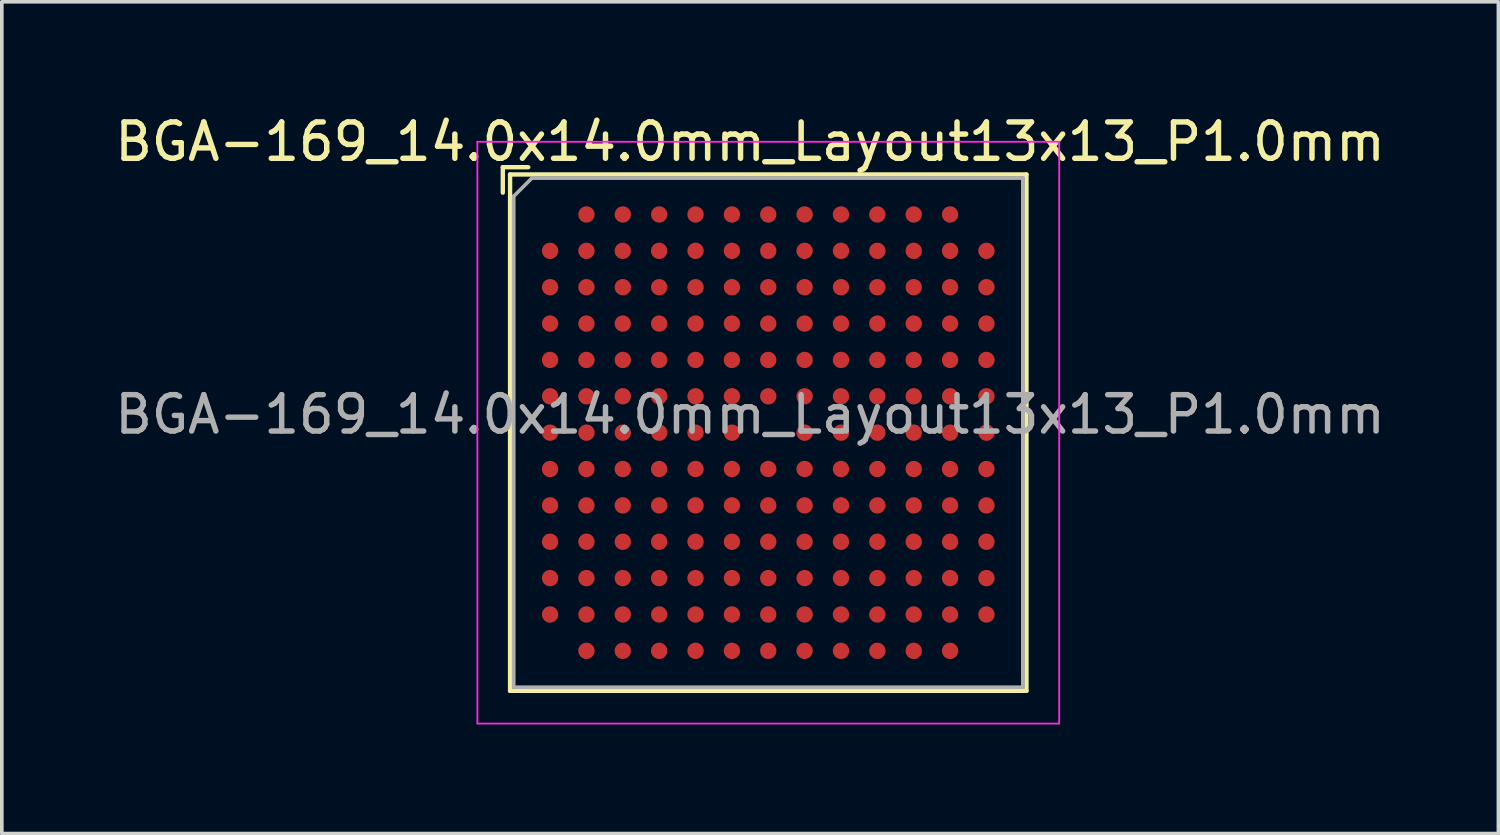
<source format=kicad_pcb>
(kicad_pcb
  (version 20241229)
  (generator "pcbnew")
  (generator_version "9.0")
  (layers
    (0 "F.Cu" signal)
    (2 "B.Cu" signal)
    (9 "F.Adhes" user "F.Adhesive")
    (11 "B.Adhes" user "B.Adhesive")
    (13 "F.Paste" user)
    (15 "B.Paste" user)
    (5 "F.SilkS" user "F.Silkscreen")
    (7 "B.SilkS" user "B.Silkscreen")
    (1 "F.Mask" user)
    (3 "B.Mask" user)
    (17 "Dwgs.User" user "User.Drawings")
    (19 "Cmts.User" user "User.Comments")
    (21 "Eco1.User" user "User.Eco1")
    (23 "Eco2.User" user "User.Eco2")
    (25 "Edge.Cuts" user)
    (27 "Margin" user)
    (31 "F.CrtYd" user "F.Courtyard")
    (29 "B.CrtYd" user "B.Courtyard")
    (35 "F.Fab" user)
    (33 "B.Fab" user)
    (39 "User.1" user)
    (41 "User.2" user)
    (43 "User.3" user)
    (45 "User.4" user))
  (footprint "BGA-169_14.0x14.0mm_Layout13x13_P1.0mm"
    (layer "F.Cu")
    (at 17.577 8.348)
    (property "Reference" "BGA-169_14.0x14.0mm_Layout13x13_P1.0mm" (at 0 -7.5 0) (layer "F.SilkS") (effects (font (size 1 1) (thickness 0.15))))
    (attr smd)
    (fp_line (start -6.8 -6.8) (end -6.1 -6.8) (stroke (width 0.12) (type solid)) (layer "F.SilkS"))
    (fp_line (start -6.8 -6.1) (end -6.8 -6.8) (stroke (width 0.12) (type solid)) (layer "F.SilkS"))
    (fp_line (start -6.6 -6.6) (end 7.6 -6.6) (stroke (width 0.12) (type solid)) (layer "F.SilkS"))
    (fp_line (start -6.6 7.6) (end -6.6 -6.6) (stroke (width 0.12) (type solid)) (layer "F.SilkS"))
    (fp_line (start 7.6 -6.6) (end 7.6 7.6) (stroke (width 0.12) (type solid)) (layer "F.SilkS"))
    (fp_line (start 7.6 7.6) (end -6.6 7.6) (stroke (width 0.12) (type solid)) (layer "F.SilkS"))
    (fp_line (start -7.5 -7.5) (end -7.5 8.5) (stroke (width 0.05) (type solid)) (layer "F.CrtYd"))
    (fp_line (start -7.5 -7.5) (end 8.5 -7.5) (stroke (width 0.05) (type solid)) (layer "F.CrtYd"))
    (fp_line (start 8.5 8.5) (end -7.5 8.5) (stroke (width 0.05) (type solid)) (layer "F.CrtYd"))
    (fp_line (start 8.5 8.5) (end 8.5 -7.5) (stroke (width 0.05) (type solid)) (layer "F.CrtYd"))
    (fp_line (start -6.5 -6) (end -6 -6.5) (stroke (width 0.1) (type solid)) (layer "F.Fab"))
    (fp_line (start -6.5 7.5) (end -6.5 -6) (stroke (width 0.1) (type solid)) (layer "F.Fab"))
    (fp_line (start -6 -6.5) (end 7.5 -6.5) (stroke (width 0.1) (type solid)) (layer "F.Fab"))
    (fp_line (start 7.5 -6.5) (end 7.5 7.5) (stroke (width 0.1) (type solid)) (layer "F.Fab"))
    (fp_line (start 7.5 7.5) (end -6.5 7.5) (stroke (width 0.1) (type solid)) (layer "F.Fab"))
    (fp_text user "${REFERENCE}" (at 0 0 0) (layer "F.Fab") (effects (font (size 1 1) (thickness 0.15))))
    (pad "A2" smd circle (at -4.5 -5.5) (size 0.45 0.45) (property pad_prop_bga) (layers "F.Cu" "F.Mask"))
    (pad "A3" smd circle (at -3.5 -5.5) (size 0.45 0.45) (property pad_prop_bga) (layers "F.Cu" "F.Mask"))
    (pad "A4" smd circle (at -2.5 -5.5) (size 0.45 0.45) (property pad_prop_bga) (layers "F.Cu" "F.Mask"))
    (pad "A5" smd circle (at -1.5 -5.5) (size 0.45 0.45) (property pad_prop_bga) (layers "F.Cu" "F.Mask"))
    (pad "A6" smd circle (at -0.5 -5.5) (size 0.45 0.45) (property pad_prop_bga) (layers "F.Cu" "F.Mask"))
    (pad "A7" smd circle (at 0.5 -5.5) (size 0.45 0.45) (property pad_prop_bga) (layers "F.Cu" "F.Mask"))
    (pad "A8" smd circle (at 1.5 -5.5) (size 0.45 0.45) (property pad_prop_bga) (layers "F.Cu" "F.Mask"))
    (pad "A9" smd circle (at 2.5 -5.5) (size 0.45 0.45) (property pad_prop_bga) (layers "F.Cu" "F.Mask"))
    (pad "A10" smd circle (at 3.5 -5.5) (size 0.45 0.45) (property pad_prop_bga) (layers "F.Cu" "F.Mask"))
    (pad "A11" smd circle (at 4.5 -5.5) (size 0.45 0.45) (property pad_prop_bga) (layers "F.Cu" "F.Mask"))
    (pad "A12" smd circle (at 5.5 -5.5) (size 0.45 0.45) (property pad_prop_bga) (layers "F.Cu" "F.Mask"))
    (pad "B1" smd circle (at -5.5 -4.5) (size 0.45 0.45) (property pad_prop_bga) (layers "F.Cu" "F.Mask"))
    (pad "B2" smd circle (at -4.5 -4.5) (size 0.45 0.45) (property pad_prop_bga) (layers "F.Cu" "F.Mask"))
    (pad "B3" smd circle (at -3.5 -4.5) (size 0.45 0.45) (property pad_prop_bga) (layers "F.Cu" "F.Mask"))
    (pad "B4" smd circle (at -2.5 -4.5) (size 0.45 0.45) (property pad_prop_bga) (layers "F.Cu" "F.Mask"))
    (pad "B5" smd circle (at -1.5 -4.5) (size 0.45 0.45) (property pad_prop_bga) (layers "F.Cu" "F.Mask"))
    (pad "B6" smd circle (at -0.5 -4.5) (size 0.45 0.45) (property pad_prop_bga) (layers "F.Cu" "F.Mask"))
    (pad "B7" smd circle (at 0.5 -4.5) (size 0.45 0.45) (property pad_prop_bga) (layers "F.Cu" "F.Mask"))
    (pad "B8" smd circle (at 1.5 -4.5) (size 0.45 0.45) (property pad_prop_bga) (layers "F.Cu" "F.Mask"))
    (pad "B9" smd circle (at 2.5 -4.5) (size 0.45 0.45) (property pad_prop_bga) (layers "F.Cu" "F.Mask"))
    (pad "B10" smd circle (at 3.5 -4.5) (size 0.45 0.45) (property pad_prop_bga) (layers "F.Cu" "F.Mask"))
    (pad "B11" smd circle (at 4.5 -4.5) (size 0.45 0.45) (property pad_prop_bga) (layers "F.Cu" "F.Mask"))
    (pad "B12" smd circle (at 5.5 -4.5) (size 0.45 0.45) (property pad_prop_bga) (layers "F.Cu" "F.Mask"))
    (pad "B13" smd circle (at 6.5 -4.5) (size 0.45 0.45) (property pad_prop_bga) (layers "F.Cu" "F.Mask"))
    (pad "C1" smd circle (at -5.5 -3.5) (size 0.45 0.45) (property pad_prop_bga) (layers "F.Cu" "F.Mask"))
    (pad "C2" smd circle (at -4.5 -3.5) (size 0.45 0.45) (property pad_prop_bga) (layers "F.Cu" "F.Mask"))
    (pad "C3" smd circle (at -3.5 -3.5) (size 0.45 0.45) (property pad_prop_bga) (layers "F.Cu" "F.Mask"))
    (pad "C4" smd circle (at -2.5 -3.5) (size 0.45 0.45) (property pad_prop_bga) (layers "F.Cu" "F.Mask"))
    (pad "C5" smd circle (at -1.5 -3.5) (size 0.45 0.45) (property pad_prop_bga) (layers "F.Cu" "F.Mask"))
    (pad "C6" smd circle (at -0.5 -3.5) (size 0.45 0.45) (property pad_prop_bga) (layers "F.Cu" "F.Mask"))
    (pad "C7" smd circle (at 0.5 -3.5) (size 0.45 0.45) (property pad_prop_bga) (layers "F.Cu" "F.Mask"))
    (pad "C8" smd circle (at 1.5 -3.5) (size 0.45 0.45) (property pad_prop_bga) (layers "F.Cu" "F.Mask"))
    (pad "C9" smd circle (at 2.5 -3.5) (size 0.45 0.45) (property pad_prop_bga) (layers "F.Cu" "F.Mask"))
    (pad "C10" smd circle (at 3.5 -3.5) (size 0.45 0.45) (property pad_prop_bga) (layers "F.Cu" "F.Mask"))
    (pad "C11" smd circle (at 4.5 -3.5) (size 0.45 0.45) (property pad_prop_bga) (layers "F.Cu" "F.Mask"))
    (pad "C12" smd circle (at 5.5 -3.5) (size 0.45 0.45) (property pad_prop_bga) (layers "F.Cu" "F.Mask"))
    (pad "C13" smd circle (at 6.5 -3.5) (size 0.45 0.45) (property pad_prop_bga) (layers "F.Cu" "F.Mask"))
    (pad "D1" smd circle (at -5.5 -2.5) (size 0.45 0.45) (property pad_prop_bga) (layers "F.Cu" "F.Mask"))
    (pad "D2" smd circle (at -4.5 -2.5) (size 0.45 0.45) (property pad_prop_bga) (layers "F.Cu" "F.Mask"))
    (pad "D3" smd circle (at -3.5 -2.5) (size 0.45 0.45) (property pad_prop_bga) (layers "F.Cu" "F.Mask"))
    (pad "D4" smd circle (at -2.5 -2.5) (size 0.45 0.45) (property pad_prop_bga) (layers "F.Cu" "F.Mask"))
    (pad "D5" smd circle (at -1.5 -2.5) (size 0.45 0.45) (property pad_prop_bga) (layers "F.Cu" "F.Mask"))
    (pad "D6" smd circle (at -0.5 -2.5) (size 0.45 0.45) (property pad_prop_bga) (layers "F.Cu" "F.Mask"))
    (pad "D7" smd circle (at 0.5 -2.5) (size 0.45 0.45) (property pad_prop_bga) (layers "F.Cu" "F.Mask"))
    (pad "D8" smd circle (at 1.5 -2.5) (size 0.45 0.45) (property pad_prop_bga) (layers "F.Cu" "F.Mask"))
    (pad "D9" smd circle (at 2.5 -2.5) (size 0.45 0.45) (property pad_prop_bga) (layers "F.Cu" "F.Mask"))
    (pad "D10" smd circle (at 3.5 -2.5) (size 0.45 0.45) (property pad_prop_bga) (layers "F.Cu" "F.Mask"))
    (pad "D11" smd circle (at 4.5 -2.5) (size 0.45 0.45) (property pad_prop_bga) (layers "F.Cu" "F.Mask"))
    (pad "D12" smd circle (at 5.5 -2.5) (size 0.45 0.45) (property pad_prop_bga) (layers "F.Cu" "F.Mask"))
    (pad "D13" smd circle (at 6.5 -2.5) (size 0.45 0.45) (property pad_prop_bga) (layers "F.Cu" "F.Mask"))
    (pad "E1" smd circle (at -5.5 -1.5) (size 0.45 0.45) (property pad_prop_bga) (layers "F.Cu" "F.Mask"))
    (pad "E2" smd circle (at -4.5 -1.5) (size 0.45 0.45) (property pad_prop_bga) (layers "F.Cu" "F.Mask"))
    (pad "E3" smd circle (at -3.5 -1.5) (size 0.45 0.45) (property pad_prop_bga) (layers "F.Cu" "F.Mask"))
    (pad "E4" smd circle (at -2.5 -1.5) (size 0.45 0.45) (property pad_prop_bga) (layers "F.Cu" "F.Mask"))
    (pad "E5" smd circle (at -1.5 -1.5) (size 0.45 0.45) (property pad_prop_bga) (layers "F.Cu" "F.Mask"))
    (pad "E6" smd circle (at -0.5 -1.5) (size 0.45 0.45) (property pad_prop_bga) (layers "F.Cu" "F.Mask"))
    (pad "E7" smd circle (at 0.5 -1.5) (size 0.45 0.45) (property pad_prop_bga) (layers "F.Cu" "F.Mask"))
    (pad "E8" smd circle (at 1.5 -1.5) (size 0.45 0.45) (property pad_prop_bga) (layers "F.Cu" "F.Mask"))
    (pad "E9" smd circle (at 2.5 -1.5) (size 0.45 0.45) (property pad_prop_bga) (layers "F.Cu" "F.Mask"))
    (pad "E10" smd circle (at 3.5 -1.5) (size 0.45 0.45) (property pad_prop_bga) (layers "F.Cu" "F.Mask"))
    (pad "E11" smd circle (at 4.5 -1.5) (size 0.45 0.45) (property pad_prop_bga) (layers "F.Cu" "F.Mask"))
    (pad "E12" smd circle (at 5.5 -1.5) (size 0.45 0.45) (property pad_prop_bga) (layers "F.Cu" "F.Mask"))
    (pad "E13" smd circle (at 6.5 -1.5) (size 0.45 0.45) (property pad_prop_bga) (layers "F.Cu" "F.Mask"))
    (pad "F1" smd circle (at -5.5 -0.5) (size 0.45 0.45) (property pad_prop_bga) (layers "F.Cu" "F.Mask"))
    (pad "F2" smd circle (at -4.5 -0.5) (size 0.45 0.45) (property pad_prop_bga) (layers "F.Cu" "F.Mask"))
    (pad "F3" smd circle (at -3.5 -0.5) (size 0.45 0.45) (property pad_prop_bga) (layers "F.Cu" "F.Mask"))
    (pad "F4" smd circle (at -2.5 -0.5) (size 0.45 0.45) (property pad_prop_bga) (layers "F.Cu" "F.Mask"))
    (pad "F5" smd circle (at -1.5 -0.5) (size 0.45 0.45) (property pad_prop_bga) (layers "F.Cu" "F.Mask"))
    (pad "F6" smd circle (at -0.5 -0.5) (size 0.45 0.45) (property pad_prop_bga) (layers "F.Cu" "F.Mask"))
    (pad "F7" smd circle (at 0.5 -0.5) (size 0.45 0.45) (property pad_prop_bga) (layers "F.Cu" "F.Mask"))
    (pad "F8" smd circle (at 1.5 -0.5) (size 0.45 0.45) (property pad_prop_bga) (layers "F.Cu" "F.Mask"))
    (pad "F9" smd circle (at 2.5 -0.5) (size 0.45 0.45) (property pad_prop_bga) (layers "F.Cu" "F.Mask"))
    (pad "F10" smd circle (at 3.5 -0.5) (size 0.45 0.45) (property pad_prop_bga) (layers "F.Cu" "F.Mask"))
    (pad "F11" smd circle (at 4.5 -0.5) (size 0.45 0.45) (property pad_prop_bga) (layers "F.Cu" "F.Mask"))
    (pad "F12" smd circle (at 5.5 -0.5) (size 0.45 0.45) (property pad_prop_bga) (layers "F.Cu" "F.Mask"))
    (pad "F13" smd circle (at 6.5 -0.5) (size 0.45 0.45) (property pad_prop_bga) (layers "F.Cu" "F.Mask"))
    (pad "G1" smd circle (at -5.5 0.5) (size 0.45 0.45) (property pad_prop_bga) (layers "F.Cu" "F.Mask"))
    (pad "G2" smd circle (at -4.5 0.5) (size 0.45 0.45) (property pad_prop_bga) (layers "F.Cu" "F.Mask"))
    (pad "G3" smd circle (at -3.5 0.5) (size 0.45 0.45) (property pad_prop_bga) (layers "F.Cu" "F.Mask"))
    (pad "G4" smd circle (at -2.5 0.5) (size 0.45 0.45) (property pad_prop_bga) (layers "F.Cu" "F.Mask"))
    (pad "G5" smd circle (at -1.5 0.5) (size 0.45 0.45) (property pad_prop_bga) (layers "F.Cu" "F.Mask"))
    (pad "G6" smd circle (at -0.5 0.5) (size 0.45 0.45) (property pad_prop_bga) (layers "F.Cu" "F.Mask"))
    (pad "G8" smd circle (at 1.5 0.5) (size 0.45 0.45) (property pad_prop_bga) (layers "F.Cu" "F.Mask"))
    (pad "G9" smd circle (at 2.5 0.5) (size 0.45 0.45) (property pad_prop_bga) (layers "F.Cu" "F.Mask"))
    (pad "G10" smd circle (at 3.5 0.5) (size 0.45 0.45) (property pad_prop_bga) (layers "F.Cu" "F.Mask"))
    (pad "G11" smd circle (at 4.5 0.5) (size 0.45 0.45) (property pad_prop_bga) (layers "F.Cu" "F.Mask"))
    (pad "G12" smd circle (at 5.5 0.5) (size 0.45 0.45) (property pad_prop_bga) (layers "F.Cu" "F.Mask"))
    (pad "G13" smd circle (at 6.5 0.5) (size 0.45 0.45) (property pad_prop_bga) (layers "F.Cu" "F.Mask"))
    (pad "H1" smd circle (at -5.5 1.5) (size 0.45 0.45) (property pad_prop_bga) (layers "F.Cu" "F.Mask"))
    (pad "H2" smd circle (at -4.5 1.5) (size 0.45 0.45) (property pad_prop_bga) (layers "F.Cu" "F.Mask"))
    (pad "H3" smd circle (at -3.5 1.5) (size 0.45 0.45) (property pad_prop_bga) (layers "F.Cu" "F.Mask"))
    (pad "H4" smd circle (at -2.5 1.5) (size 0.45 0.45) (property pad_prop_bga) (layers "F.Cu" "F.Mask"))
    (pad "H5" smd circle (at -1.5 1.5) (size 0.45 0.45) (property pad_prop_bga) (layers "F.Cu" "F.Mask"))
    (pad "H6" smd circle (at -0.5 1.5) (size 0.45 0.45) (property pad_prop_bga) (layers "F.Cu" "F.Mask"))
    (pad "H7" smd circle (at 0.5 1.5) (size 0.45 0.45) (property pad_prop_bga) (layers "F.Cu" "F.Mask"))
    (pad "H8" smd circle (at 1.5 1.5) (size 0.45 0.45) (property pad_prop_bga) (layers "F.Cu" "F.Mask"))
    (pad "H9" smd circle (at 2.5 1.5) (size 0.45 0.45) (property pad_prop_bga) (layers "F.Cu" "F.Mask"))
    (pad "H10" smd circle (at 3.5 1.5) (size 0.45 0.45) (property pad_prop_bga) (layers "F.Cu" "F.Mask"))
    (pad "H11" smd circle (at 4.5 1.5) (size 0.45 0.45) (property pad_prop_bga) (layers "F.Cu" "F.Mask"))
    (pad "H12" smd circle (at 5.5 1.5) (size 0.45 0.45) (property pad_prop_bga) (layers "F.Cu" "F.Mask"))
    (pad "H13" smd circle (at 6.5 1.5) (size 0.45 0.45) (property pad_prop_bga) (layers "F.Cu" "F.Mask"))
    (pad "J1" smd circle (at -5.5 2.5) (size 0.45 0.45) (property pad_prop_bga) (layers "F.Cu" "F.Mask"))
    (pad "J2" smd circle (at -4.5 2.5) (size 0.45 0.45) (property pad_prop_bga) (layers "F.Cu" "F.Mask"))
    (pad "J3" smd circle (at -3.5 2.5) (size 0.45 0.45) (property pad_prop_bga) (layers "F.Cu" "F.Mask"))
    (pad "J4" smd circle (at -2.5 2.5) (size 0.45 0.45) (property pad_prop_bga) (layers "F.Cu" "F.Mask"))
    (pad "J5" smd circle (at -1.5 2.5) (size 0.45 0.45) (property pad_prop_bga) (layers "F.Cu" "F.Mask"))
    (pad "J6" smd circle (at -0.5 2.5) (size 0.45 0.45) (property pad_prop_bga) (layers "F.Cu" "F.Mask"))
    (pad "J7" smd circle (at 0.5 2.5) (size 0.45 0.45) (property pad_prop_bga) (layers "F.Cu" "F.Mask"))
    (pad "J8" smd circle (at 1.5 2.5) (size 0.45 0.45) (property pad_prop_bga) (layers "F.Cu" "F.Mask"))
    (pad "J9" smd circle (at 2.5 2.5) (size 0.45 0.45) (property pad_prop_bga) (layers "F.Cu" "F.Mask"))
    (pad "J10" smd circle (at 3.5 2.5) (size 0.45 0.45) (property pad_prop_bga) (layers "F.Cu" "F.Mask"))
    (pad "J11" smd circle (at 4.5 2.5) (size 0.45 0.45) (property pad_prop_bga) (layers "F.Cu" "F.Mask"))
    (pad "J12" smd circle (at 5.5 2.5) (size 0.45 0.45) (property pad_prop_bga) (layers "F.Cu" "F.Mask"))
    (pad "J13" smd circle (at 6.5 2.5) (size 0.45 0.45) (property pad_prop_bga) (layers "F.Cu" "F.Mask"))
    (pad "K1" smd circle (at -5.5 3.5) (size 0.45 0.45) (property pad_prop_bga) (layers "F.Cu" "F.Mask"))
    (pad "K2" smd circle (at -4.5 3.5) (size 0.45 0.45) (property pad_prop_bga) (layers "F.Cu" "F.Mask"))
    (pad "K3" smd circle (at -3.5 3.5) (size 0.45 0.45) (property pad_prop_bga) (layers "F.Cu" "F.Mask"))
    (pad "K4" smd circle (at -2.5 3.5) (size 0.45 0.45) (property pad_prop_bga) (layers "F.Cu" "F.Mask"))
    (pad "K5" smd circle (at -1.5 3.5) (size 0.45 0.45) (property pad_prop_bga) (layers "F.Cu" "F.Mask"))
    (pad "K6" smd circle (at -0.5 3.5) (size 0.45 0.45) (property pad_prop_bga) (layers "F.Cu" "F.Mask"))
    (pad "K7" smd circle (at 0.5 3.5) (size 0.45 0.45) (property pad_prop_bga) (layers "F.Cu" "F.Mask"))
    (pad "K8" smd circle (at 1.5 3.5) (size 0.45 0.45) (property pad_prop_bga) (layers "F.Cu" "F.Mask"))
    (pad "K9" smd circle (at 2.5 3.5) (size 0.45 0.45) (property pad_prop_bga) (layers "F.Cu" "F.Mask"))
    (pad "K10" smd circle (at 3.5 3.5) (size 0.45 0.45) (property pad_prop_bga) (layers "F.Cu" "F.Mask"))
    (pad "K11" smd circle (at 4.5 3.5) (size 0.45 0.45) (property pad_prop_bga) (layers "F.Cu" "F.Mask"))
    (pad "K12" smd circle (at 5.5 3.5) (size 0.45 0.45) (property pad_prop_bga) (layers "F.Cu" "F.Mask"))
    (pad "K13" smd circle (at 6.5 3.5) (size 0.45 0.45) (property pad_prop_bga) (layers "F.Cu" "F.Mask"))
    (pad "L1" smd circle (at -5.5 4.5) (size 0.45 0.45) (property pad_prop_bga) (layers "F.Cu" "F.Mask"))
    (pad "L2" smd circle (at -4.5 4.5) (size 0.45 0.45) (property pad_prop_bga) (layers "F.Cu" "F.Mask"))
    (pad "L3" smd circle (at -3.5 4.5) (size 0.45 0.45) (property pad_prop_bga) (layers "F.Cu" "F.Mask"))
    (pad "L4" smd circle (at -2.5 4.5) (size 0.45 0.45) (property pad_prop_bga) (layers "F.Cu" "F.Mask"))
    (pad "L5" smd circle (at -1.5 4.5) (size 0.45 0.45) (property pad_prop_bga) (layers "F.Cu" "F.Mask"))
    (pad "L6" smd circle (at -0.5 4.5) (size 0.45 0.45) (property pad_prop_bga) (layers "F.Cu" "F.Mask"))
    (pad "L7" smd circle (at 0.5 4.5) (size 0.45 0.45) (property pad_prop_bga) (layers "F.Cu" "F.Mask"))
    (pad "L8" smd circle (at 1.5 4.5) (size 0.45 0.45) (property pad_prop_bga) (layers "F.Cu" "F.Mask"))
    (pad "L9" smd circle (at 2.5 4.5) (size 0.45 0.45) (property pad_prop_bga) (layers "F.Cu" "F.Mask"))
    (pad "L10" smd circle (at 3.5 4.5) (size 0.45 0.45) (property pad_prop_bga) (layers "F.Cu" "F.Mask"))
    (pad "L11" smd circle (at 4.5 4.5) (size 0.45 0.45) (property pad_prop_bga) (layers "F.Cu" "F.Mask"))
    (pad "L12" smd circle (at 5.5 4.5) (size 0.45 0.45) (property pad_prop_bga) (layers "F.Cu" "F.Mask"))
    (pad "L13" smd circle (at 6.5 4.5) (size 0.45 0.45) (property pad_prop_bga) (layers "F.Cu" "F.Mask"))
    (pad "M1" smd circle (at -5.5 5.5) (size 0.45 0.45) (property pad_prop_bga) (layers "F.Cu" "F.Mask"))
    (pad "M2" smd circle (at -4.5 5.5) (size 0.45 0.45) (property pad_prop_bga) (layers "F.Cu" "F.Mask"))
    (pad "M3" smd circle (at -3.5 5.5) (size 0.45 0.45) (property pad_prop_bga) (layers "F.Cu" "F.Mask"))
    (pad "M4" smd circle (at -2.5 5.5) (size 0.45 0.45) (property pad_prop_bga) (layers "F.Cu" "F.Mask"))
    (pad "M5" smd circle (at -1.5 5.5) (size 0.45 0.45) (property pad_prop_bga) (layers "F.Cu" "F.Mask"))
    (pad "M6" smd circle (at -0.5 5.5) (size 0.45 0.45) (property pad_prop_bga) (layers "F.Cu" "F.Mask"))
    (pad "M7" smd circle (at 0.5 5.5) (size 0.45 0.45) (property pad_prop_bga) (layers "F.Cu" "F.Mask"))
    (pad "M8" smd circle (at 1.5 5.5) (size 0.45 0.45) (property pad_prop_bga) (layers "F.Cu" "F.Mask"))
    (pad "M9" smd circle (at 2.5 5.5) (size 0.45 0.45) (property pad_prop_bga) (layers "F.Cu" "F.Mask"))
    (pad "M10" smd circle (at 3.5 5.5) (size 0.45 0.45) (property pad_prop_bga) (layers "F.Cu" "F.Mask"))
    (pad "M11" smd circle (at 4.5 5.5) (size 0.45 0.45) (property pad_prop_bga) (layers "F.Cu" "F.Mask"))
    (pad "M12" smd circle (at 5.5 5.5) (size 0.45 0.45) (property pad_prop_bga) (layers "F.Cu" "F.Mask"))
    (pad "M13" smd circle (at 6.5 5.5) (size 0.45 0.45) (property pad_prop_bga) (layers "F.Cu" "F.Mask"))
    (pad "N2" smd circle (at -4.5 6.5) (size 0.45 0.45) (property pad_prop_bga) (layers "F.Cu" "F.Mask"))
    (pad "N3" smd circle (at -3.5 6.5) (size 0.45 0.45) (property pad_prop_bga) (layers "F.Cu" "F.Mask"))
    (pad "N4" smd circle (at -2.5 6.5) (size 0.45 0.45) (property pad_prop_bga) (layers "F.Cu" "F.Mask"))
    (pad "N5" smd circle (at -1.5 6.5) (size 0.45 0.45) (property pad_prop_bga) (layers "F.Cu" "F.Mask"))
    (pad "N6" smd circle (at -0.5 6.5) (size 0.45 0.45) (property pad_prop_bga) (layers "F.Cu" "F.Mask"))
    (pad "N7" smd circle (at 0.5 6.5) (size 0.45 0.45) (property pad_prop_bga) (layers "F.Cu" "F.Mask"))
    (pad "N8" smd circle (at 1.5 6.5) (size 0.45 0.45) (property pad_prop_bga) (layers "F.Cu" "F.Mask"))
    (pad "N9" smd circle (at 2.5 6.5) (size 0.45 0.45) (property pad_prop_bga) (layers "F.Cu" "F.Mask"))
    (pad "N10" smd circle (at 3.5 6.5) (size 0.45 0.45) (property pad_prop_bga) (layers "F.Cu" "F.Mask"))
    (pad "N11" smd circle (at 4.5 6.5) (size 0.45 0.45) (property pad_prop_bga) (layers "F.Cu" "F.Mask"))
    (pad "N12" smd circle (at 5.5 6.5) (size 0.45 0.45) (property pad_prop_bga) (layers "F.Cu" "F.Mask")))
  (gr_rect
    (start -3 -3)
    (end 38.155 19.873)
    (stroke (width 0.1) (type default))
    (fill no)
    (layer "Edge.Cuts")))
</source>
